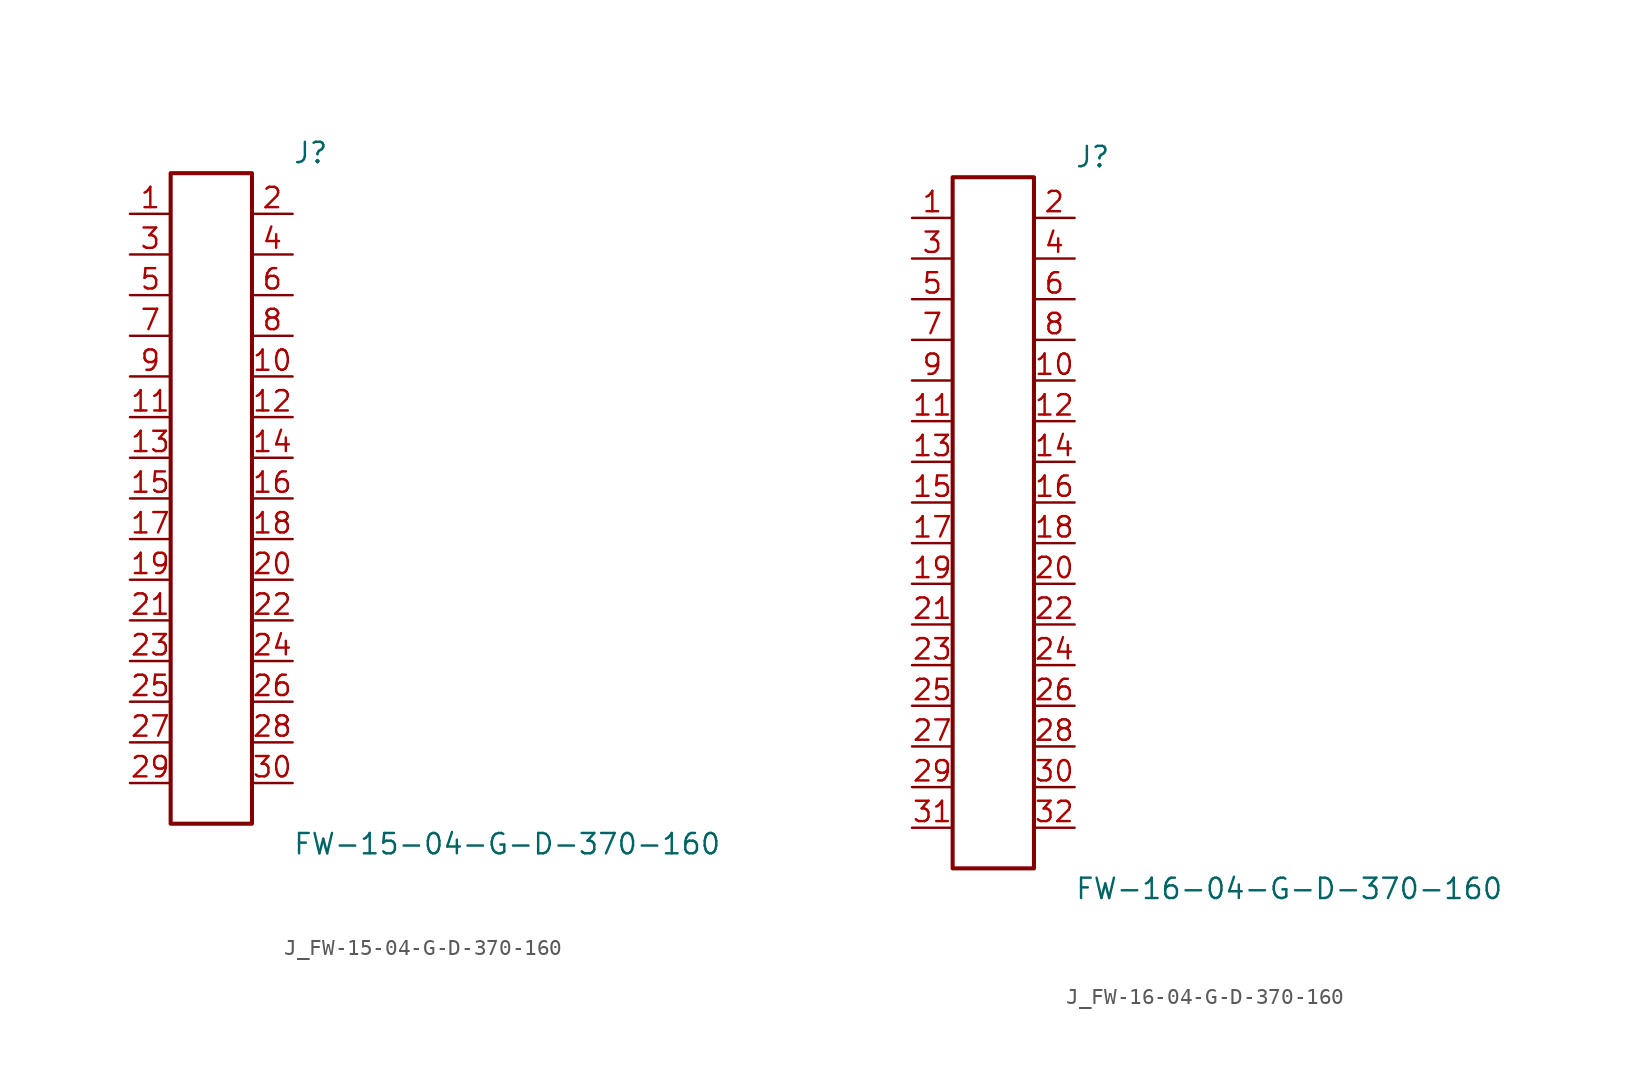
<source format=kicad_sym>
(kicad_symbol_lib
  (version 20231120)
  (generator kicad_symbol_editor)
  (generator_version 8.0)
  (symbol "J_FW-15-04-G-D-370-160"
    (pin_names
      (offset 0.254))
    (property "Reference" "J"
      (at 5.08 21.59 0)
      (effects (font (size 1.27 1.27)) (justify left)))
    (property "Value" "FW-15-04-G-D-370-160"
      (at 5.08 -21.59 0)
      (effects (font (size 1.27 1.27)) (justify left)))
    (symbol "J_FW-15-04-G-D-370-160_0_0"
      (pin unspecified line (at -5.08 17.78 0) (length 2.54) (name "" (effects (font (size 1.27 1.27)))) (number "1" (effects (font (size 1.27 1.27)))))
      (pin unspecified line (at 5.08 17.78 180) (length 2.54) (name "" (effects (font (size 1.27 1.27)))) (number "2" (effects (font (size 1.27 1.27)))))
      (pin unspecified line (at -5.08 15.24 0) (length 2.54) (name "" (effects (font (size 1.27 1.27)))) (number "3" (effects (font (size 1.27 1.27)))))
      (pin unspecified line (at 5.08 15.24 180) (length 2.54) (name "" (effects (font (size 1.27 1.27)))) (number "4" (effects (font (size 1.27 1.27)))))
      (pin unspecified line (at -5.08 12.7 0) (length 2.54) (name "" (effects (font (size 1.27 1.27)))) (number "5" (effects (font (size 1.27 1.27)))))
      (pin unspecified line (at 5.08 12.7 180) (length 2.54) (name "" (effects (font (size 1.27 1.27)))) (number "6" (effects (font (size 1.27 1.27)))))
      (pin unspecified line (at -5.08 10.16 0) (length 2.54) (name "" (effects (font (size 1.27 1.27)))) (number "7" (effects (font (size 1.27 1.27)))))
      (pin unspecified line (at 5.08 10.16 180) (length 2.54) (name "" (effects (font (size 1.27 1.27)))) (number "8" (effects (font (size 1.27 1.27)))))
      (pin unspecified line (at -5.08 7.62 0) (length 2.54) (name "" (effects (font (size 1.27 1.27)))) (number "9" (effects (font (size 1.27 1.27)))))
      (pin unspecified line (at 5.08 7.62 180) (length 2.54) (name "" (effects (font (size 1.27 1.27)))) (number "10" (effects (font (size 1.27 1.27)))))
      (pin unspecified line (at -5.08 5.08 0) (length 2.54) (name "" (effects (font (size 1.27 1.27)))) (number "11" (effects (font (size 1.27 1.27)))))
      (pin unspecified line (at 5.08 5.08 180) (length 2.54) (name "" (effects (font (size 1.27 1.27)))) (number "12" (effects (font (size 1.27 1.27)))))
      (pin unspecified line (at -5.08 2.54 0) (length 2.54) (name "" (effects (font (size 1.27 1.27)))) (number "13" (effects (font (size 1.27 1.27)))))
      (pin unspecified line (at 5.08 2.54 180) (length 2.54) (name "" (effects (font (size 1.27 1.27)))) (number "14" (effects (font (size 1.27 1.27)))))
      (pin unspecified line (at -5.08 0.0 0) (length 2.54) (name "" (effects (font (size 1.27 1.27)))) (number "15" (effects (font (size 1.27 1.27)))))
      (pin unspecified line (at 5.08 0.0 180) (length 2.54) (name "" (effects (font (size 1.27 1.27)))) (number "16" (effects (font (size 1.27 1.27)))))
      (pin unspecified line (at -5.08 -2.54 0) (length 2.54) (name "" (effects (font (size 1.27 1.27)))) (number "17" (effects (font (size 1.27 1.27)))))
      (pin unspecified line (at 5.08 -2.54 180) (length 2.54) (name "" (effects (font (size 1.27 1.27)))) (number "18" (effects (font (size 1.27 1.27)))))
      (pin unspecified line (at -5.08 -5.08 0) (length 2.54) (name "" (effects (font (size 1.27 1.27)))) (number "19" (effects (font (size 1.27 1.27)))))
      (pin unspecified line (at 5.08 -5.08 180) (length 2.54) (name "" (effects (font (size 1.27 1.27)))) (number "20" (effects (font (size 1.27 1.27)))))
      (pin unspecified line (at -5.08 -7.62 0) (length 2.54) (name "" (effects (font (size 1.27 1.27)))) (number "21" (effects (font (size 1.27 1.27)))))
      (pin unspecified line (at 5.08 -7.62 180) (length 2.54) (name "" (effects (font (size 1.27 1.27)))) (number "22" (effects (font (size 1.27 1.27)))))
      (pin unspecified line (at -5.08 -10.16 0) (length 2.54) (name "" (effects (font (size 1.27 1.27)))) (number "23" (effects (font (size 1.27 1.27)))))
      (pin unspecified line (at 5.08 -10.16 180) (length 2.54) (name "" (effects (font (size 1.27 1.27)))) (number "24" (effects (font (size 1.27 1.27)))))
      (pin unspecified line (at -5.08 -12.7 0) (length 2.54) (name "" (effects (font (size 1.27 1.27)))) (number "25" (effects (font (size 1.27 1.27)))))
      (pin unspecified line (at 5.08 -12.7 180) (length 2.54) (name "" (effects (font (size 1.27 1.27)))) (number "26" (effects (font (size 1.27 1.27)))))
      (pin unspecified line (at -5.08 -15.24 0) (length 2.54) (name "" (effects (font (size 1.27 1.27)))) (number "27" (effects (font (size 1.27 1.27)))))
      (pin unspecified line (at 5.08 -15.24 180) (length 2.54) (name "" (effects (font (size 1.27 1.27)))) (number "28" (effects (font (size 1.27 1.27)))))
      (pin unspecified line (at -5.08 -17.78 0) (length 2.54) (name "" (effects (font (size 1.27 1.27)))) (number "29" (effects (font (size 1.27 1.27)))))
      (pin unspecified line (at 5.08 -17.78 180) (length 2.54) (name "" (effects (font (size 1.27 1.27)))) (number "30" (effects (font (size 1.27 1.27))))))
    (symbol "J_FW-15-04-G-D-370-160_1_0"
      (rectangle (start -2.54 20.32) (end 2.54 -20.32) (stroke (width 0.254) (type solid)) (fill (type none)))))
  (symbol "J_FW-16-04-G-D-370-160"
    (pin_names
      (offset 0.254))
    (property "Reference" "J"
      (at 5.08 22.86 0)
      (effects (font (size 1.27 1.27)) (justify left)))
    (property "Value" "FW-16-04-G-D-370-160"
      (at 5.08 -22.86 0)
      (effects (font (size 1.27 1.27)) (justify left)))
    (symbol "J_FW-16-04-G-D-370-160_0_0"
      (pin unspecified line (at -5.08 19.05 0) (length 2.54) (name "" (effects (font (size 1.27 1.27)))) (number "1" (effects (font (size 1.27 1.27)))))
      (pin unspecified line (at 5.08 19.05 180) (length 2.54) (name "" (effects (font (size 1.27 1.27)))) (number "2" (effects (font (size 1.27 1.27)))))
      (pin unspecified line (at -5.08 16.51 0) (length 2.54) (name "" (effects (font (size 1.27 1.27)))) (number "3" (effects (font (size 1.27 1.27)))))
      (pin unspecified line (at 5.08 16.51 180) (length 2.54) (name "" (effects (font (size 1.27 1.27)))) (number "4" (effects (font (size 1.27 1.27)))))
      (pin unspecified line (at -5.08 13.97 0) (length 2.54) (name "" (effects (font (size 1.27 1.27)))) (number "5" (effects (font (size 1.27 1.27)))))
      (pin unspecified line (at 5.08 13.97 180) (length 2.54) (name "" (effects (font (size 1.27 1.27)))) (number "6" (effects (font (size 1.27 1.27)))))
      (pin unspecified line (at -5.08 11.43 0) (length 2.54) (name "" (effects (font (size 1.27 1.27)))) (number "7" (effects (font (size 1.27 1.27)))))
      (pin unspecified line (at 5.08 11.43 180) (length 2.54) (name "" (effects (font (size 1.27 1.27)))) (number "8" (effects (font (size 1.27 1.27)))))
      (pin unspecified line (at -5.08 8.89 0) (length 2.54) (name "" (effects (font (size 1.27 1.27)))) (number "9" (effects (font (size 1.27 1.27)))))
      (pin unspecified line (at 5.08 8.89 180) (length 2.54) (name "" (effects (font (size 1.27 1.27)))) (number "10" (effects (font (size 1.27 1.27)))))
      (pin unspecified line (at -5.08 6.35 0) (length 2.54) (name "" (effects (font (size 1.27 1.27)))) (number "11" (effects (font (size 1.27 1.27)))))
      (pin unspecified line (at 5.08 6.35 180) (length 2.54) (name "" (effects (font (size 1.27 1.27)))) (number "12" (effects (font (size 1.27 1.27)))))
      (pin unspecified line (at -5.08 3.81 0) (length 2.54) (name "" (effects (font (size 1.27 1.27)))) (number "13" (effects (font (size 1.27 1.27)))))
      (pin unspecified line (at 5.08 3.81 180) (length 2.54) (name "" (effects (font (size 1.27 1.27)))) (number "14" (effects (font (size 1.27 1.27)))))
      (pin unspecified line (at -5.08 1.27 0) (length 2.54) (name "" (effects (font (size 1.27 1.27)))) (number "15" (effects (font (size 1.27 1.27)))))
      (pin unspecified line (at 5.08 1.27 180) (length 2.54) (name "" (effects (font (size 1.27 1.27)))) (number "16" (effects (font (size 1.27 1.27)))))
      (pin unspecified line (at -5.08 -1.27 0) (length 2.54) (name "" (effects (font (size 1.27 1.27)))) (number "17" (effects (font (size 1.27 1.27)))))
      (pin unspecified line (at 5.08 -1.27 180) (length 2.54) (name "" (effects (font (size 1.27 1.27)))) (number "18" (effects (font (size 1.27 1.27)))))
      (pin unspecified line (at -5.08 -3.81 0) (length 2.54) (name "" (effects (font (size 1.27 1.27)))) (number "19" (effects (font (size 1.27 1.27)))))
      (pin unspecified line (at 5.08 -3.81 180) (length 2.54) (name "" (effects (font (size 1.27 1.27)))) (number "20" (effects (font (size 1.27 1.27)))))
      (pin unspecified line (at -5.08 -6.35 0) (length 2.54) (name "" (effects (font (size 1.27 1.27)))) (number "21" (effects (font (size 1.27 1.27)))))
      (pin unspecified line (at 5.08 -6.35 180) (length 2.54) (name "" (effects (font (size 1.27 1.27)))) (number "22" (effects (font (size 1.27 1.27)))))
      (pin unspecified line (at -5.08 -8.89 0) (length 2.54) (name "" (effects (font (size 1.27 1.27)))) (number "23" (effects (font (size 1.27 1.27)))))
      (pin unspecified line (at 5.08 -8.89 180) (length 2.54) (name "" (effects (font (size 1.27 1.27)))) (number "24" (effects (font (size 1.27 1.27)))))
      (pin unspecified line (at -5.08 -11.43 0) (length 2.54) (name "" (effects (font (size 1.27 1.27)))) (number "25" (effects (font (size 1.27 1.27)))))
      (pin unspecified line (at 5.08 -11.43 180) (length 2.54) (name "" (effects (font (size 1.27 1.27)))) (number "26" (effects (font (size 1.27 1.27)))))
      (pin unspecified line (at -5.08 -13.97 0) (length 2.54) (name "" (effects (font (size 1.27 1.27)))) (number "27" (effects (font (size 1.27 1.27)))))
      (pin unspecified line (at 5.08 -13.97 180) (length 2.54) (name "" (effects (font (size 1.27 1.27)))) (number "28" (effects (font (size 1.27 1.27)))))
      (pin unspecified line (at -5.08 -16.51 0) (length 2.54) (name "" (effects (font (size 1.27 1.27)))) (number "29" (effects (font (size 1.27 1.27)))))
      (pin unspecified line (at 5.08 -16.51 180) (length 2.54) (name "" (effects (font (size 1.27 1.27)))) (number "30" (effects (font (size 1.27 1.27)))))
      (pin unspecified line (at -5.08 -19.05 0) (length 2.54) (name "" (effects (font (size 1.27 1.27)))) (number "31" (effects (font (size 1.27 1.27)))))
      (pin unspecified line (at 5.08 -19.05 180) (length 2.54) (name "" (effects (font (size 1.27 1.27)))) (number "32" (effects (font (size 1.27 1.27))))))
    (symbol "J_FW-16-04-G-D-370-160_1_0"
      (rectangle (start -2.54 21.59) (end 2.54 -21.59) (stroke (width 0.254) (type solid)) (fill (type none))))))
</source>
